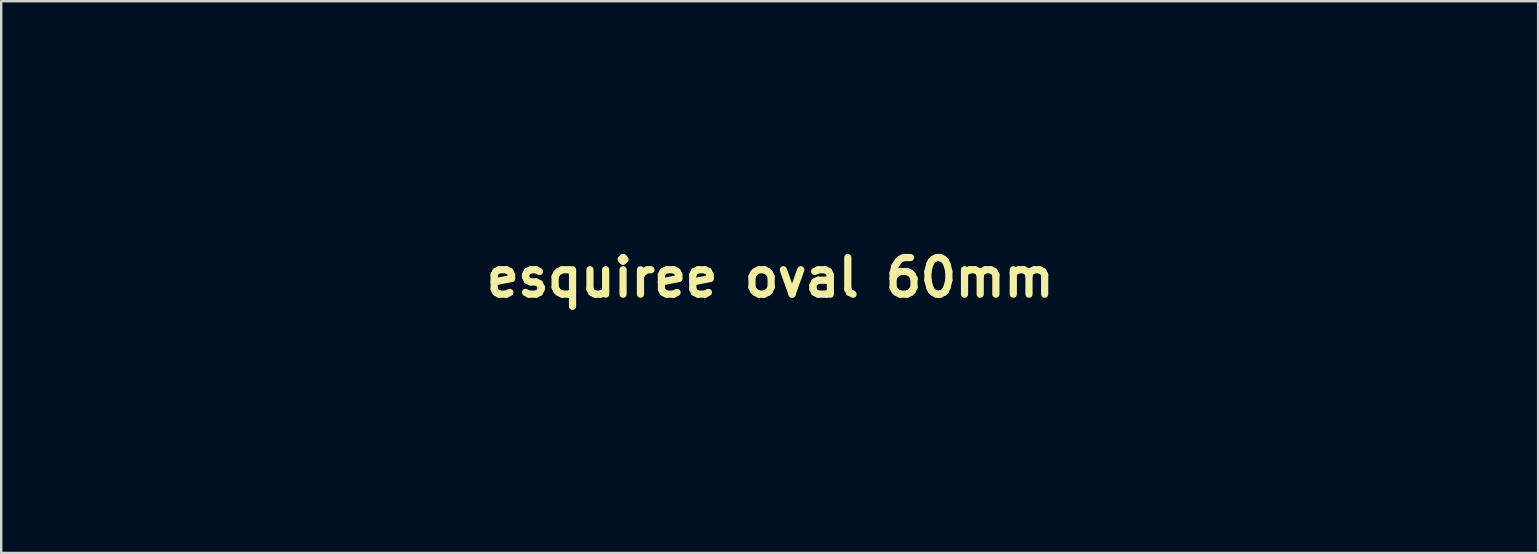
<source format=kicad_pcb>
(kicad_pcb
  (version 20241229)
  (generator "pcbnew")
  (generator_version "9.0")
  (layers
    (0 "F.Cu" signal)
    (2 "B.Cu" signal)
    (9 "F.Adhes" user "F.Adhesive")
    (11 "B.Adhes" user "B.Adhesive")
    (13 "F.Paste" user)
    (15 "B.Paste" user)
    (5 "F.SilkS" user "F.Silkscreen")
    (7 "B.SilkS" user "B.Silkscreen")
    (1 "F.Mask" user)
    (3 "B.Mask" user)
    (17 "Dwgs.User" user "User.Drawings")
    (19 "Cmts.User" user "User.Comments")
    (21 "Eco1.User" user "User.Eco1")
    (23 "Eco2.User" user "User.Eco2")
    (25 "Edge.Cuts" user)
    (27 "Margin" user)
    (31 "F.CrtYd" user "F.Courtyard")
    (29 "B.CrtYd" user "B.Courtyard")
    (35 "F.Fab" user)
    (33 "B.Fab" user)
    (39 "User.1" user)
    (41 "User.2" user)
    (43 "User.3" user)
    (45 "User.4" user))
  (footprint "esquiree oval 60mm"
    (layer "F.Cu")
    (at 29.037 8.514)
    (property "Reference" "esquiree oval 60mm" (at 0 0 0) (layer "F.SilkS") (effects (font (size 1.524 1.524) (thickness 0.3))))
    (attr through_hole)
    (fp_poly (pts (xy 15.228 -1.785) (xy 15.389 -1.684) (xy 15.442 -1.613) (xy 15.485 -1.465) (xy 15.433 -1.339) (xy 15.286 -1.233) (xy 15.185 -1.205) (xy 15.023 -1.184) (xy 14.825 -1.172) (xy 14.614 -1.168) (xy 14.414 -1.172) (xy 14.251 -1.184) (xy 14.147 -1.206) (xy 14.122 -1.226) (xy 14.162 -1.313) (xy 14.266 -1.431) (xy 14.408 -1.558) (xy 14.566 -1.674) (xy 14.714 -1.759) (xy 14.772 -1.781) (xy 15.016 -1.819) (xy 15.228 -1.785)) (stroke (width 0.01) (type solid)) (fill yes) (layer "F.Mask"))
    (fp_poly (pts (xy 20.613 -1.785) (xy 20.773 -1.684) (xy 20.826 -1.613) (xy 20.87 -1.465) (xy 20.818 -1.339) (xy 20.671 -1.233) (xy 20.57 -1.205) (xy 20.408 -1.184) (xy 20.21 -1.172) (xy 19.999 -1.168) (xy 19.799 -1.172) (xy 19.635 -1.184) (xy 19.531 -1.206) (xy 19.507 -1.226) (xy 19.547 -1.313) (xy 19.65 -1.431) (xy 19.793 -1.558) (xy 19.951 -1.674) (xy 20.099 -1.759) (xy 20.157 -1.781) (xy 20.4 -1.819) (xy 20.613 -1.785)) (stroke (width 0.01) (type solid)) (fill yes) (layer "F.Mask"))
    (fp_poly (pts (xy -22.383 3.811) (xy -22.105 3.815) (xy -21.88 3.821) (xy -21.721 3.829) (xy -21.645 3.838) (xy -21.641 3.841) (xy -21.67 3.935) (xy -21.747 4.087) (xy -21.859 4.276) (xy -21.991 4.481) (xy -22.131 4.678) (xy -22.264 4.847) (xy -22.31 4.899) (xy -22.609 5.174) (xy -22.936 5.384) (xy -23.275 5.522) (xy -23.609 5.583) (xy -23.92 5.559) (xy -23.994 5.539) (xy -24.256 5.409) (xy -24.453 5.22) (xy -24.581 4.988) (xy -24.633 4.732) (xy -24.606 4.471) (xy -24.494 4.223) (xy -24.396 4.101) (xy -24.295 4.012) (xy -24.174 3.942) (xy -24.021 3.89) (xy -23.821 3.853) (xy -23.563 3.829) (xy -23.233 3.815) (xy -22.817 3.81) (xy -22.698 3.81) (xy -22.383 3.811)) (stroke (width 0.01) (type solid)) (fill yes) (layer "F.Mask"))
    (fp_poly (pts (xy -6.066 -1.703) (xy -5.921 -1.655) (xy -5.772 -1.569) (xy -5.679 -1.452) (xy -5.642 -1.294) (xy -5.66 -1.083) (xy -5.734 -0.811) (xy -5.863 -0.466) (xy -5.907 -0.36) (xy -6.039 -0.058) (xy -6.151 0.161) (xy -6.257 0.312) (xy -6.37 0.408) (xy -6.505 0.462) (xy -6.675 0.489) (xy -6.77 0.496) (xy -6.975 0.498) (xy -7.121 0.473) (xy -7.246 0.413) (xy -7.25 0.411) (xy -7.38 0.294) (xy -7.445 0.167) (xy -7.475 0.04) (xy -7.496 -0.038) (xy -7.499 -0.145) (xy -7.476 -0.314) (xy -7.432 -0.512) (xy -7.376 -0.707) (xy -7.314 -0.865) (xy -7.307 -0.88) (xy -7.17 -1.095) (xy -6.985 -1.313) (xy -6.783 -1.502) (xy -6.596 -1.63) (xy -6.331 -1.717) (xy -6.066 -1.703)) (stroke (width 0.01) (type solid)) (fill yes) (layer "F.Mask"))
    (fp_poly (pts (xy 1.825 -8.509) (xy 3.577 -8.509) (xy 5.232 -8.509) (xy 6.794 -8.509) (xy 8.266 -8.509) (xy 9.65 -8.508) (xy 10.949 -8.508) (xy 12.165 -8.507) (xy 13.303 -8.507) (xy 14.363 -8.506) (xy 15.349 -8.505) (xy 16.265 -8.504) (xy 17.112 -8.503) (xy 17.893 -8.502) (xy 18.611 -8.501) (xy 19.269 -8.499) (xy 19.87 -8.497) (xy 20.416 -8.495) (xy 20.91 -8.493) (xy 21.356 -8.491) (xy 21.755 -8.488) (xy 22.11 -8.485) (xy 22.424 -8.482) (xy 22.701 -8.479) (xy 22.942 -8.475) (xy 23.151 -8.471) (xy 23.33 -8.467) (xy 23.482 -8.463) (xy 23.61 -8.458) (xy 23.717 -8.453) (xy 23.805 -8.447) (xy 23.877 -8.441) (xy 23.935 -8.435) (xy 23.984 -8.429) (xy 24.025 -8.422) (xy 24.042 -8.418) (xy 24.823 -8.21) (xy 25.551 -7.917) (xy 26.223 -7.542) (xy 26.835 -7.09) (xy 27.381 -6.566) (xy 27.859 -5.973) (xy 28.262 -5.316) (xy 28.588 -4.598) (xy 28.832 -3.826) (xy 28.872 -3.658) (xy 28.895 -3.555) (xy 28.914 -3.456) (xy 28.93 -3.351) (xy 28.943 -3.232) (xy 28.954 -3.09) (xy 28.963 -2.916) (xy 28.969 -2.702) (xy 28.974 -2.439) (xy 28.977 -2.118) (xy 28.98 -1.731) (xy 28.981 -1.268) (xy 28.981 -0.722) (xy 28.981 -0.084) (xy 28.981 -0.051) (xy 28.981 0.601) (xy 28.98 1.16) (xy 28.979 1.634) (xy 28.976 2.033) (xy 28.972 2.364) (xy 28.966 2.637) (xy 28.959 2.86) (xy 28.95 3.041) (xy 28.939 3.189) (xy 28.925 3.313) (xy 28.909 3.421) (xy 28.891 3.519) (xy 28.682 4.301) (xy 28.389 5.029) (xy 28.014 5.701) (xy 27.562 6.312) (xy 27.037 6.859) (xy 26.442 7.337) (xy 25.781 7.742) (xy 25.059 8.07) (xy 24.279 8.318) (xy 24.155 8.348) (xy 23.698 8.456) (xy 0.203 8.464) (xy -1.34 8.464) (xy -2.859 8.464) (xy -4.35 8.464) (xy -5.81 8.464) (xy -7.237 8.464) (xy -8.626 8.463) (xy -9.975 8.463) (xy -11.28 8.462) (xy -12.539 8.461) (xy -13.747 8.46) (xy -14.902 8.458) (xy -16 8.457) (xy -17.038 8.455) (xy -18.014 8.454) (xy -18.923 8.452) (xy -19.763 8.45) (xy -20.529 8.448) (xy -21.22 8.446) (xy -21.832 8.443) (xy -22.362 8.441) (xy -22.805 8.439) (xy -23.16 8.436) (xy -23.423 8.433) (xy -23.59 8.431) (xy -23.658 8.428) (xy -24.423 8.289) (xy -25.154 8.058) (xy -25.844 7.741) (xy -26.485 7.344) (xy -27.07 6.872) (xy -27.593 6.33) (xy -28.046 5.725) (xy -28.424 5.062) (xy -28.527 4.814) (xy -26.441 4.814) (xy -26.392 5.264) (xy -26.263 5.698) (xy -26.056 6.1) (xy -25.773 6.46) (xy -25.415 6.764) (xy -25.353 6.805) (xy -24.953 7.006) (xy -24.495 7.144) (xy -23.997 7.214) (xy -23.483 7.217) (xy -22.972 7.148) (xy -22.726 7.087) (xy -22.186 6.877) (xy -21.669 6.57) (xy -21.18 6.167) (xy -21.023 6.012) (xy -20.816 5.782) (xy -20.629 5.534) (xy -20.448 5.248) (xy -20.262 4.906) (xy -20.058 4.488) (xy -20.044 4.458) (xy -19.744 3.815) (xy -17.047 3.8) (xy -14.351 3.785) (xy -14.113 3.645) (xy -13.865 3.46) (xy -13.708 3.244) (xy -13.63 2.982) (xy -13.624 2.932) (xy -13.637 2.666) (xy -13.724 2.45) (xy -13.879 2.298) (xy -13.911 2.279) (xy -13.962 2.263) (xy -14.051 2.248) (xy -14.185 2.236) (xy -14.371 2.226) (xy -14.619 2.218) (xy -14.935 2.211) (xy -15.327 2.205) (xy -15.804 2.2) (xy -16.371 2.196) (xy -16.548 2.195) (xy -17.041 2.191) (xy -17.503 2.187) (xy -17.922 2.182) (xy -18.289 2.177) (xy -18.595 2.172) (xy -18.83 2.166) (xy -18.985 2.161) (xy -19.049 2.155) (xy -19.05 2.155) (xy -19.032 2.103) (xy -18.979 1.968) (xy -18.897 1.76) (xy -18.789 1.489) (xy -18.745 1.379) (xy -13.979 1.379) (xy -13.937 1.613) (xy -13.811 1.796) (xy -13.61 1.915) (xy -13.479 1.941) (xy -13.267 1.96) (xy -12.995 1.973) (xy -12.683 1.979) (xy -12.352 1.979) (xy -12.022 1.973) (xy -11.714 1.96) (xy -11.449 1.941) (xy -11.247 1.916) (xy -11.187 1.904) (xy -10.855 1.806) (xy -10.578 1.671) (xy -10.312 1.477) (xy -10.244 1.419) (xy -9.983 1.151) (xy -9.8 0.865) (xy -9.682 0.557) (xy -9.633 0.302) (xy -9.085 0.302) (xy -9.069 0.559) (xy -9.043 0.75) (xy -8.998 0.909) (xy -8.927 1.072) (xy -8.924 1.079) (xy -8.718 1.401) (xy -8.455 1.658) (xy -8.15 1.842) (xy -7.819 1.948) (xy -7.476 1.971) (xy -7.136 1.904) (xy -6.965 1.831) (xy -6.754 1.724) (xy -6.835 1.916) (xy -6.873 2.008) (xy -6.944 2.181) (xy -7.043 2.424) (xy -7.165 2.725) (xy -7.305 3.069) (xy -7.458 3.447) (xy -7.585 3.759) (xy -7.763 4.202) (xy -7.907 4.561) (xy -8.02 4.849) (xy -8.105 5.077) (xy -8.167 5.256) (xy -8.209 5.397) (xy -8.235 5.51) (xy -8.248 5.609) (xy -8.253 5.703) (xy -8.254 5.75) (xy -8.25 5.94) (xy -8.23 6.064) (xy -8.182 6.157) (xy -8.103 6.249) (xy -7.988 6.361) (xy -7.874 6.447) (xy -7.746 6.509) (xy -7.588 6.551) (xy -7.383 6.576) (xy -7.118 6.588) (xy -6.776 6.59) (xy -6.528 6.587) (xy -6.208 6.583) (xy -5.97 6.576) (xy -5.797 6.564) (xy -5.669 6.546) (xy -5.567 6.518) (xy -5.472 6.48) (xy -5.413 6.451) (xy -5.18 6.306) (xy -5.036 6.142) (xy -4.965 5.938) (xy -4.953 5.766) (xy -4.979 5.548) (xy -5.062 5.382) (xy -5.21 5.261) (xy -5.433 5.183) (xy -5.738 5.141) (xy -6.061 5.131) (xy -6.489 5.131) (xy -5.959 3.823) (xy -5.639 3.036) (xy -5.357 2.337) (xy -5.108 1.721) (xy -4.892 1.18) (xy -4.719 0.743) (xy -3.539 0.743) (xy -3.478 1.081) (xy -3.332 1.387) (xy -3.11 1.645) (xy -2.819 1.843) (xy -2.591 1.934) (xy -2.496 1.948) (xy -2.321 1.96) (xy -2.089 1.97) (xy -1.822 1.975) (xy -1.727 1.976) (xy -1.425 1.975) (xy -1.204 1.969) (xy -1.042 1.956) (xy -0.918 1.932) (xy -0.812 1.897) (xy -0.762 1.875) (xy -0.601 1.791) (xy -0.462 1.701) (xy -0.423 1.668) (xy -0.313 1.565) (xy -0.257 1.671) (xy -0.177 1.761) (xy -0.046 1.854) (xy -0.000326 1.879) (xy 0.087 1.918) (xy 0.184 1.946) (xy 0.31 1.964) (xy 0.483 1.975) (xy 0.722 1.98) (xy 1.017 1.981) (xy 1.315 1.978) (xy 1.595 1.968) (xy 1.834 1.953) (xy 2.008 1.934) (xy 2.064 1.923) (xy 2.299 1.825) (xy 2.489 1.67) (xy 2.627 1.478) (xy 2.707 1.266) (xy 2.714 1.158) (xy 2.985 1.158) (xy 2.995 1.268) (xy 3.023 1.366) (xy 3.063 1.454) (xy 3.171 1.621) (xy 3.31 1.751) (xy 3.492 1.847) (xy 3.729 1.914) (xy 4.034 1.956) (xy 4.42 1.976) (xy 4.702 1.98) (xy 5.093 1.976) (xy 5.394 1.963) (xy 5.619 1.939) (xy 5.771 1.906) (xy 6.029 1.788) (xy 6.225 1.614) (xy 6.35 1.401) (xy 6.396 1.166) (xy 6.352 0.927) (xy 6.321 0.857) (xy 6.233 0.736) (xy 6.104 0.65) (xy 5.919 0.595) (xy 5.663 0.566) (xy 5.356 0.559) (xy 5.106 0.556) (xy 4.945 0.546) (xy 4.86 0.528) (xy 4.839 0.5) (xy 4.841 0.495) (xy 5.079 -0.097) (xy 5.281 -0.604) (xy 5.394 -0.889) (xy 6.603 -0.889) (xy 6.616 -0.766) (xy 6.655 -0.665) (xy 6.683 -0.621) (xy 6.85 -0.468) (xy 7.082 -0.377) (xy 7.287 -0.356) (xy 7.497 -0.39) (xy 7.682 -0.497) (xy 7.852 -0.685) (xy 8.014 -0.962) (xy 8.109 -1.17) (xy 8.302 -1.626) (xy 8.627 -1.626) (xy 8.805 -1.621) (xy 8.895 -1.606) (xy 8.913 -1.577) (xy 8.904 -1.562) (xy 8.851 -1.494) (xy 8.754 -1.369) (xy 8.632 -1.212) (xy 8.595 -1.165) (xy 8.318 -0.768) (xy 8.127 -0.397) (xy 8.017 -0.036) (xy 7.981 0.332) (xy 7.987 0.498) (xy 8.059 0.894) (xy 8.209 1.248) (xy 8.427 1.545) (xy 8.707 1.773) (xy 8.919 1.879) (xy 9.025 1.915) (xy 9.143 1.941) (xy 9.29 1.959) (xy 9.485 1.97) (xy 9.745 1.976) (xy 10.087 1.979) (xy 10.48 1.977) (xy 10.785 1.967) (xy 11.016 1.95) (xy 11.186 1.924) (xy 11.258 1.906) (xy 11.516 1.788) (xy 11.712 1.614) (xy 11.837 1.401) (xy 11.882 1.166) (xy 11.839 0.927) (xy 11.808 0.857) (xy 11.726 0.741) (xy 11.609 0.658) (xy 11.441 0.603) (xy 11.208 0.572) (xy 10.893 0.559) (xy 10.784 0.559) (xy 10.431 0.552) (xy 10.163 0.53) (xy 9.966 0.49) (xy 9.824 0.428) (xy 9.721 0.341) (xy 9.705 0.322) (xy 9.616 0.141) (xy 9.609 -0.073) (xy 9.659 -0.237) (xy 12.203 -0.237) (xy 12.212 0.281) (xy 12.293 0.728) (xy 12.448 1.106) (xy 12.677 1.415) (xy 12.981 1.656) (xy 13.361 1.831) (xy 13.633 1.905) (xy 13.791 1.928) (xy 14.029 1.946) (xy 14.327 1.961) (xy 14.667 1.971) (xy 15.03 1.977) (xy 15.399 1.979) (xy 15.754 1.976) (xy 16.076 1.968) (xy 16.348 1.956) (xy 16.55 1.939) (xy 16.644 1.923) (xy 16.88 1.825) (xy 17.069 1.673) (xy 17.205 1.485) (xy 17.284 1.277) (xy 17.299 1.068) (xy 17.247 0.875) (xy 17.121 0.716) (xy 17.017 0.648) (xy 16.947 0.618) (xy 16.859 0.596) (xy 16.739 0.58) (xy 16.573 0.569) (xy 16.348 0.563) (xy 16.048 0.56) (xy 15.691 0.559) (xy 15.224 0.556) (xy 14.847 0.548) (xy 14.549 0.533) (xy 14.32 0.51) (xy 14.147 0.476) (xy 14.02 0.431) (xy 13.928 0.373) (xy 13.881 0.328) (xy 13.802 0.232) (xy 13.764 0.161) (xy 13.778 0.111) (xy 13.852 0.079) (xy 13.997 0.061) (xy 14.223 0.052) (xy 14.539 0.05) (xy 14.592 0.05) (xy 15.055 0.043) (xy 15.432 0.019) (xy 15.739 -0.022) (xy 15.991 -0.085) (xy 16.204 -0.171) (xy 16.313 -0.237) (xy 17.59 -0.237) (xy 17.597 0.28) (xy 17.677 0.727) (xy 17.832 1.104) (xy 18.061 1.414) (xy 18.366 1.656) (xy 18.746 1.831) (xy 19.018 1.905) (xy 19.176 1.928) (xy 19.414 1.946) (xy 19.712 1.961) (xy 20.052 1.971) (xy 20.415 1.977) (xy 20.784 1.979) (xy 21.138 1.976) (xy 21.461 1.968) (xy 21.733 1.956) (xy 21.935 1.939) (xy 22.028 1.923) (xy 22.284 1.815) (xy 22.485 1.643) (xy 22.62 1.427) (xy 22.677 1.184) (xy 22.645 0.933) (xy 22.645 0.933) (xy 22.602 0.823) (xy 22.547 0.737) (xy 22.467 0.672) (xy 22.351 0.625) (xy 22.186 0.593) (xy 21.961 0.573) (xy 21.663 0.563) (xy 21.281 0.559) (xy 21.076 0.559) (xy 20.609 0.556) (xy 20.232 0.548) (xy 19.934 0.533) (xy 19.704 0.51) (xy 19.532 0.476) (xy 19.405 0.431) (xy 19.313 0.373) (xy 19.266 0.328) (xy 19.187 0.232) (xy 19.149 0.161) (xy 19.162 0.111) (xy 19.237 0.079) (xy 19.382 0.061) (xy 19.608 0.052) (xy 19.924 0.05) (xy 19.977 0.05) (xy 20.419 0.043) (xy 20.789 0.022) (xy 21.075 -0.011) (xy 21.158 -0.026) (xy 21.549 -0.155) (xy 21.872 -0.354) (xy 22.123 -0.617) (xy 22.296 -0.932) (xy 22.385 -1.292) (xy 22.384 -1.686) (xy 22.33 -1.97) (xy 22.187 -2.315) (xy 21.96 -2.614) (xy 21.657 -2.857) (xy 21.288 -3.035) (xy 21.164 -3.075) (xy 20.905 -3.122) (xy 20.586 -3.142) (xy 20.244 -3.135) (xy 19.917 -3.101) (xy 19.641 -3.043) (xy 19.584 -3.025) (xy 19.129 -2.809) (xy 18.705 -2.503) (xy 18.324 -2.114) (xy 18.078 -1.784) (xy 17.857 -1.396) (xy 17.707 -0.999) (xy 17.619 -0.562) (xy 17.59 -0.237) (xy 16.313 -0.237) (xy 16.382 -0.278) (xy 16.653 -0.51) (xy 16.841 -0.782) (xy 16.946 -1.045) (xy 17.013 -1.434) (xy 16.987 -1.819) (xy 16.87 -2.182) (xy 16.712 -2.446) (xy 16.451 -2.73) (xy 16.147 -2.937) (xy 15.79 -3.071) (xy 15.372 -3.136) (xy 14.953 -3.138) (xy 14.579 -3.106) (xy 14.268 -3.04) (xy 13.984 -2.931) (xy 13.689 -2.765) (xy 13.609 -2.713) (xy 13.162 -2.36) (xy 12.796 -1.946) (xy 12.514 -1.478) (xy 12.319 -0.963) (xy 12.216 -0.406) (xy 12.203 -0.237) (xy 9.659 -0.237) (xy 9.685 -0.325) (xy 9.847 -0.618) (xy 10.094 -0.956) (xy 10.263 -1.158) (xy 10.432 -1.35) (xy 10.554 -1.479) (xy 10.648 -1.56) (xy 10.733 -1.605) (xy 10.83 -1.629) (xy 10.946 -1.644) (xy 11.235 -1.705) (xy 11.476 -1.807) (xy 11.648 -1.942) (xy 11.704 -2.022) (xy 11.8 -2.286) (xy 11.814 -2.533) (xy 11.75 -2.749) (xy 11.611 -2.915) (xy 11.495 -2.984) (xy 11.41 -3.014) (xy 11.295 -3.037) (xy 11.135 -3.056) (xy 10.917 -3.071) (xy 10.628 -3.083) (xy 10.254 -3.094) (xy 10.145 -3.097) (xy 9.757 -3.107) (xy 9.458 -3.117) (xy 9.237 -3.131) (xy 9.083 -3.15) (xy 8.983 -3.177) (xy 8.925 -3.213) (xy 8.899 -3.262) (xy 8.891 -3.325) (xy 8.891 -3.339) (xy 8.857 -3.494) (xy 8.776 -3.665) (xy 8.671 -3.813) (xy 8.581 -3.888) (xy 8.355 -3.958) (xy 8.116 -3.954) (xy 7.901 -3.881) (xy 7.825 -3.829) (xy 7.759 -3.769) (xy 7.698 -3.702) (xy 7.638 -3.615) (xy 7.572 -3.497) (xy 7.495 -3.338) (xy 7.401 -3.124) (xy 7.284 -2.847) (xy 7.14 -2.492) (xy 7.037 -2.238) (xy 6.875 -1.83) (xy 6.754 -1.504) (xy 6.67 -1.246) (xy 6.621 -1.045) (xy 6.603 -0.889) (xy 5.394 -0.889) (xy 5.45 -1.031) (xy 5.589 -1.388) (xy 5.7 -1.68) (xy 5.785 -1.917) (xy 5.848 -2.104) (xy 5.891 -2.251) (xy 5.917 -2.364) (xy 5.928 -2.452) (xy 5.928 -2.521) (xy 5.923 -2.56) (xy 5.842 -2.744) (xy 5.691 -2.91) (xy 5.496 -3.027) (xy 5.437 -3.048) (xy 5.237 -3.067) (xy 5.003 -3.036) (xy 4.783 -2.963) (xy 4.701 -2.918) (xy 4.63 -2.863) (xy 4.56 -2.788) (xy 4.485 -2.683) (xy 4.402 -2.539) (xy 4.306 -2.347) (xy 4.193 -2.099) (xy 4.057 -1.785) (xy 3.895 -1.396) (xy 3.702 -0.923) (xy 3.658 -0.817) (xy 3.464 -0.335) (xy 3.307 0.063) (xy 3.185 0.388) (xy 3.094 0.65) (xy 3.032 0.859) (xy 2.997 1.025) (xy 2.985 1.158) (xy 2.714 1.158) (xy 2.722 1.052) (xy 2.664 0.856) (xy 2.528 0.695) (xy 2.522 0.69) (xy 2.441 0.641) (xy 2.337 0.607) (xy 2.189 0.584) (xy 1.973 0.567) (xy 1.804 0.559) (xy 1.572 0.546) (xy 1.377 0.53) (xy 1.244 0.513) (xy 1.193 0.499) (xy 1.202 0.444) (xy 1.246 0.308) (xy 1.319 0.103) (xy 1.417 -0.16) (xy 1.536 -0.468) (xy 1.671 -0.809) (xy 1.697 -0.873) (xy 1.873 -1.314) (xy 2.011 -1.672) (xy 2.113 -1.959) (xy 2.183 -2.186) (xy 2.223 -2.364) (xy 2.235 -2.503) (xy 2.222 -2.615) (xy 2.185 -2.71) (xy 2.133 -2.795) (xy 1.964 -2.951) (xy 1.741 -3.047) (xy 1.499 -3.07) (xy 1.379 -3.05) (xy 1.129 -2.936) (xy 0.895 -2.743) (xy 0.701 -2.491) (xy 0.688 -2.47) (xy 0.636 -2.364) (xy 0.552 -2.18) (xy 0.445 -1.934) (xy 0.32 -1.641) (xy 0.186 -1.317) (xy 0.096 -1.097) (xy -0.072 -0.686) (xy -0.213 -0.359) (xy -0.332 -0.106) (xy -0.44 0.086) (xy -0.542 0.227) (xy -0.646 0.328) (xy -0.76 0.4) (xy -0.893 0.454) (xy -0.995 0.486) (xy -1.259 0.537) (xy -1.48 0.53) (xy -1.646 0.469) (xy -1.744 0.36) (xy -1.761 0.207) (xy -1.758 0.192) (xy -1.729 0.096) (xy -1.669 -0.075) (xy -1.584 -0.3) (xy -1.482 -0.559) (xy -1.414 -0.727) (xy -1.226 -1.191) (xy -1.074 -1.572) (xy -0.956 -1.879) (xy -0.868 -2.123) (xy -0.808 -2.313) (xy -0.774 -2.461) (xy -0.762 -2.576) (xy -0.77 -2.668) (xy -0.795 -2.748) (xy -0.835 -2.825) (xy -0.845 -2.843) (xy -1.007 -3.022) (xy -1.234 -3.124) (xy -1.461 -3.15) (xy -1.71 -3.114) (xy -1.933 -2.999) (xy -2.144 -2.796) (xy -2.211 -2.713) (xy -2.271 -2.612) (xy -2.361 -2.431) (xy -2.475 -2.185) (xy -2.607 -1.891) (xy -2.749 -1.563) (xy -2.895 -1.216) (xy -3.04 -0.866) (xy -3.176 -0.529) (xy -3.297 -0.219) (xy -3.397 0.049) (xy -3.47 0.258) (xy -3.507 0.386) (xy -3.539 0.743) (xy -4.719 0.743) (xy -4.706 0.709) (xy -4.548 0.302) (xy -4.416 -0.046) (xy -4.309 -0.343) (xy -4.225 -0.595) (xy -4.16 -0.806) (xy -4.114 -0.984) (xy -4.085 -1.134) (xy -4.07 -1.263) (xy -4.067 -1.375) (xy -4.075 -1.479) (xy -4.091 -1.579) (xy -4.113 -1.681) (xy -4.13 -1.749) (xy -4.277 -2.15) (xy -4.502 -2.489) (xy -4.799 -2.762) (xy -5.163 -2.966) (xy -5.587 -3.096) (xy -6.066 -3.149) (xy -6.143 -3.15) (xy -6.604 -3.12) (xy -7.012 -3.024) (xy -7.387 -2.853) (xy -7.748 -2.599) (xy -8.053 -2.318) (xy -8.437 -1.861) (xy -8.736 -1.356) (xy -8.946 -0.813) (xy -9.063 -0.244) (xy -9.085 0.302) (xy -9.633 0.302) (xy -9.611 0.186) (xy -9.621 -0.194) (xy -9.712 -0.592) (xy -9.889 -1.014) (xy -10.152 -1.469) (xy -10.355 -1.763) (xy -10.541 -2.026) (xy -10.673 -2.234) (xy -10.76 -2.411) (xy -10.809 -2.582) (xy -10.831 -2.77) (xy -10.834 -3.001) (xy -10.832 -3.091) (xy -10.82 -3.616) (xy -10.999 -3.796) (xy -11.11 -3.899) (xy -11.202 -3.949) (xy -11.318 -3.96) (xy -11.459 -3.952) (xy -11.595 -3.933) (xy -11.716 -3.897) (xy -11.827 -3.833) (xy -11.936 -3.733) (xy -12.051 -3.586) (xy -12.18 -3.383) (xy -12.329 -3.115) (xy -12.506 -2.773) (xy -12.694 -2.397) (xy -12.897 -1.985) (xy -13.055 -1.651) (xy -13.171 -1.385) (xy -13.249 -1.176) (xy -13.291 -1.012) (xy -13.3 -0.883) (xy -13.278 -0.777) (xy -13.23 -0.683) (xy -13.16 -0.596) (xy -12.946 -0.413) (xy -12.715 -0.326) (xy -12.478 -0.331) (xy -12.245 -0.426) (xy -12.027 -0.607) (xy -11.835 -0.873) (xy -11.789 -0.959) (xy -11.646 -1.242) (xy -11.428 -0.811) (xy -11.282 -0.48) (xy -11.211 -0.207) (xy -11.213 0.02) (xy -11.287 0.211) (xy -11.294 0.222) (xy -11.376 0.321) (xy -11.483 0.397) (xy -11.63 0.455) (xy -11.833 0.497) (xy -12.104 0.527) (xy -12.459 0.55) (xy -12.572 0.555) (xy -12.931 0.575) (xy -13.201 0.598) (xy -13.391 0.626) (xy -13.514 0.66) (xy -13.538 0.672) (xy -13.771 0.844) (xy -13.919 1.072) (xy -13.978 1.348) (xy -13.979 1.379) (xy -18.745 1.379) (xy -18.66 1.166) (xy -18.513 0.801) (xy -18.353 0.405) (xy -18.332 0.353) (xy -17.614 -1.422) (xy -16.806 -1.422) (xy -16.49 -1.424) (xy -16.257 -1.43) (xy -16.088 -1.442) (xy -15.966 -1.461) (xy -15.872 -1.491) (xy -15.809 -1.519) (xy -15.548 -1.698) (xy -15.363 -1.919) (xy -15.261 -2.168) (xy -15.249 -2.43) (xy -15.319 -2.665) (xy -15.386 -2.777) (xy -15.477 -2.859) (xy -15.608 -2.917) (xy -15.796 -2.956) (xy -16.056 -2.981) (xy -16.315 -2.995) (xy -16.959 -3.023) (xy -16.455 -4.262) (xy 4.775 -4.262) (xy 4.82 -3.971) (xy 4.944 -3.726) (xy 5.131 -3.536) (xy 5.365 -3.412) (xy 5.631 -3.361) (xy 5.913 -3.395) (xy 6.098 -3.467) (xy 6.335 -3.637) (xy 6.497 -3.856) (xy 6.582 -4.106) (xy 6.591 -4.369) (xy 6.522 -4.625) (xy 6.376 -4.857) (xy 6.153 -5.046) (xy 6.12 -5.066) (xy 5.849 -5.167) (xy 5.577 -5.179) (xy 5.321 -5.109) (xy 5.097 -4.968) (xy 4.92 -4.766) (xy 4.808 -4.513) (xy 4.775 -4.262) (xy -16.455 -4.262) (xy -15.968 -5.461) (xy -14.267 -5.486) (xy -12.565 -5.512) (xy -12.359 -5.648) (xy -12.165 -5.825) (xy -12.027 -6.05) (xy -11.952 -6.297) (xy -11.95 -6.539) (xy -12.002 -6.703) (xy -12.088 -6.81) (xy -12.217 -6.915) (xy -12.243 -6.931) (xy -12.289 -6.957) (xy -12.341 -6.978) (xy -12.407 -6.994) (xy -12.497 -7.008) (xy -12.621 -7.018) (xy -12.79 -7.025) (xy -13.012 -7.03) (xy -13.297 -7.033) (xy -13.655 -7.035) (xy -14.095 -7.036) (xy -14.605 -7.036) (xy -15.167 -7.036) (xy -15.637 -7.034) (xy -16.024 -7.031) (xy -16.337 -7.023) (xy -16.585 -7.009) (xy -16.778 -6.989) (xy -16.925 -6.96) (xy -17.036 -6.922) (xy -17.118 -6.872) (xy -17.183 -6.81) (xy -17.238 -6.733) (xy -17.293 -6.641) (xy -17.309 -6.614) (xy -17.36 -6.514) (xy -17.443 -6.332) (xy -17.554 -6.081) (xy -17.687 -5.773) (xy -17.837 -5.422) (xy -17.997 -5.039) (xy -18.137 -4.703) (xy -18.829 -3.023) (xy -19.288 -2.99) (xy -19.56 -2.965) (xy -19.758 -2.927) (xy -19.911 -2.867) (xy -20.047 -2.775) (xy -20.134 -2.699) (xy -20.31 -2.492) (xy -20.401 -2.262) (xy -20.422 -2.035) (xy -20.409 -1.855) (xy -20.359 -1.725) (xy -20.277 -1.617) (xy -20.181 -1.524) (xy -20.08 -1.471) (xy -19.938 -1.443) (xy -19.817 -1.433) (xy -19.643 -1.416) (xy -19.553 -1.393) (xy -19.525 -1.357) (xy -19.531 -1.327) (xy -19.557 -1.262) (xy -19.616 -1.115) (xy -19.704 -0.895) (xy -19.817 -0.614) (xy -19.951 -0.284) (xy -20.1 0.084) (xy -20.256 0.47) (xy -20.95 2.184) (xy -22.096 2.184) (xy -22.777 2.192) (xy -23.367 2.214) (xy -23.876 2.255) (xy -24.312 2.316) (xy -24.685 2.4) (xy -25.004 2.508) (xy -25.278 2.643) (xy -25.518 2.808) (xy -25.732 3.005) (xy -25.809 3.088) (xy -26.094 3.483) (xy -26.294 3.91) (xy -26.409 4.358) (xy -26.441 4.814) (xy -28.527 4.814) (xy -28.696 4.408) (xy -28.761 4.219) (xy -28.818 4.047) (xy -28.866 3.883) (xy -28.906 3.719) (xy -28.939 3.546) (xy -28.966 3.354) (xy -28.987 3.135) (xy -29.003 2.878) (xy -29.015 2.576) (xy -29.023 2.219) (xy -29.028 1.798) (xy -29.031 1.304) (xy -29.032 0.728) (xy -29.032 0.061) (xy -29.032 -0.051) (xy -29.032 -0.694) (xy -29.032 -1.244) (xy -29.03 -1.71) (xy -29.028 -2.101) (xy -29.025 -2.425) (xy -29.02 -2.69) (xy -29.014 -2.907) (xy -29.005 -3.082) (xy -28.995 -3.225) (xy -28.981 -3.346) (xy -28.966 -3.451) (xy -28.947 -3.55) (xy -28.924 -3.653) (xy -28.923 -3.658) (xy -28.697 -4.442) (xy -28.388 -5.171) (xy -28 -5.841) (xy -27.538 -6.447) (xy -27.005 -6.986) (xy -26.407 -7.454) (xy -25.747 -7.845) (xy -25.03 -8.156) (xy -24.26 -8.382) (xy -24.093 -8.418) (xy -24.055 -8.425) (xy -24.011 -8.432) (xy -23.957 -8.438) (xy -23.892 -8.444) (xy -23.812 -8.45) (xy -23.715 -8.455) (xy -23.598 -8.46) (xy -23.458 -8.465) (xy -23.292 -8.469) (xy -23.098 -8.473) (xy -22.873 -8.477) (xy -22.614 -8.481) (xy -22.318 -8.484) (xy -21.983 -8.487) (xy -21.605 -8.49) (xy -21.183 -8.492) (xy -20.713 -8.494) (xy -20.192 -8.497) (xy -19.618 -8.498) (xy -18.988 -8.5) (xy -18.299 -8.502) (xy -17.549 -8.503) (xy -16.735 -8.504) (xy -15.853 -8.505) (xy -14.901 -8.506) (xy -13.877 -8.507) (xy -12.777 -8.507) (xy -11.6 -8.508) (xy -10.341 -8.508) (xy -8.999 -8.508) (xy -7.57 -8.509) (xy -6.052 -8.509) (xy -4.442 -8.509) (xy -2.737 -8.509) (xy -0.935 -8.509) (xy -0.025 -8.509) (xy 1.825 -8.509)) (stroke (width 0.01) (type solid)) (fill yes) (layer "F.Mask")))
  (gr_rect
    (start -3 -3)
    (end 61.024 19.983)
    (stroke (width 0.1) (type default))
    (fill no)
    (layer "Edge.Cuts")))
</source>
